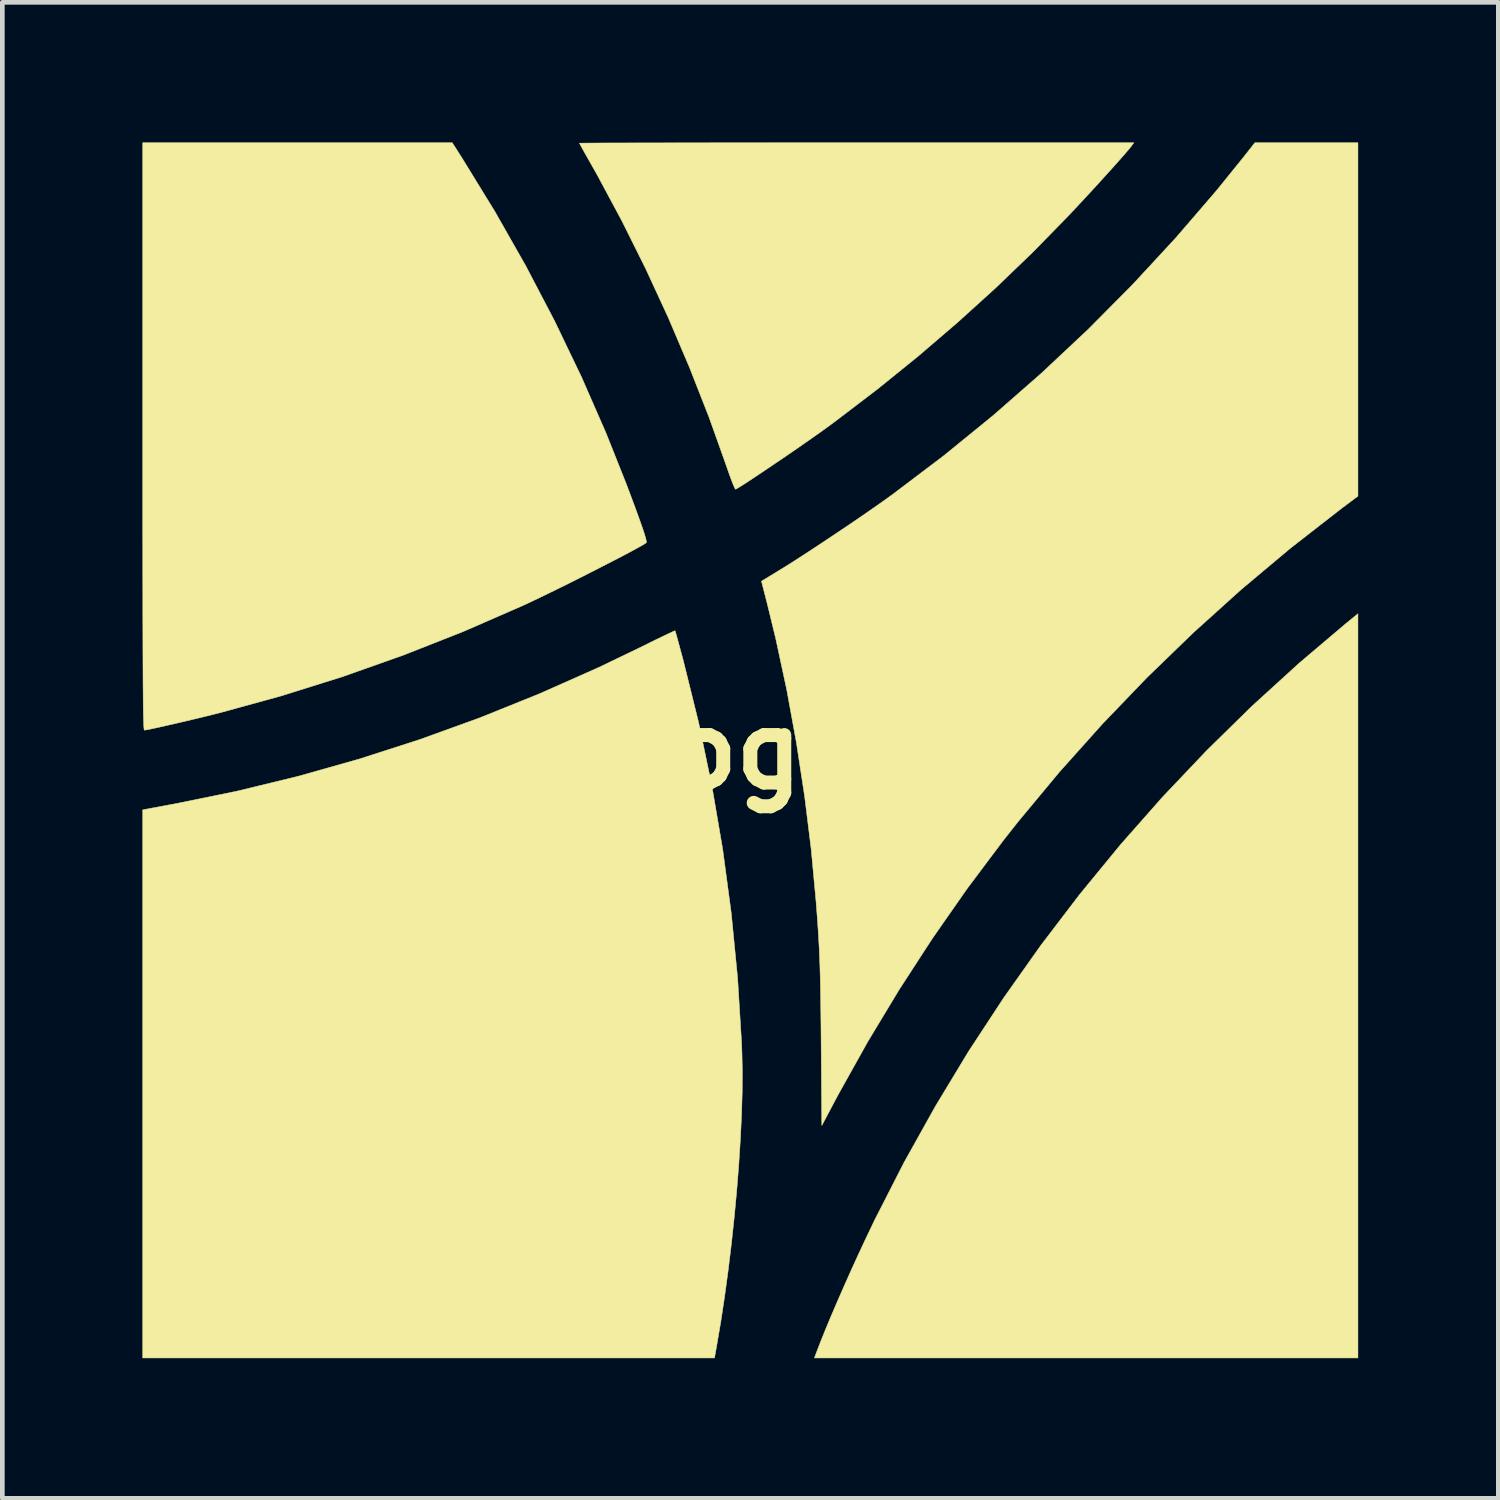
<source format=kicad_pcb>
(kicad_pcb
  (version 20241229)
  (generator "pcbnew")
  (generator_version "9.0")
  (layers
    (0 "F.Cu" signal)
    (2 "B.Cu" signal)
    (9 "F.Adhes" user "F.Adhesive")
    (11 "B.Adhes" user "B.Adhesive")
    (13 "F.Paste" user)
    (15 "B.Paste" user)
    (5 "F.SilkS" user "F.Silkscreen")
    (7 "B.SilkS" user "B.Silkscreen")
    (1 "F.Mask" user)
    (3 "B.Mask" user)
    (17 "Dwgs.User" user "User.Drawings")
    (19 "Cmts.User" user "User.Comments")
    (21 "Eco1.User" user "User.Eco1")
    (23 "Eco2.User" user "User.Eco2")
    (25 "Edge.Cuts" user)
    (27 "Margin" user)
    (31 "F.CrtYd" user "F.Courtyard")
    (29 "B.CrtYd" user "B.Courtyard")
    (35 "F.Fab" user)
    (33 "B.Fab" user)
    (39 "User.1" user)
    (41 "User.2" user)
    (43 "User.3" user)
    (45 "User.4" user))
  (footprint "logo"
    (layer "F.Cu")
    (at 13.01 13.01)
    (property "Reference" "logo" (at 0 0 0) (layer "F.SilkS") (effects (font (size 1.524 1.524) (thickness 0.3))))
    (attr through_hole)
    (fp_poly (pts (xy 13.005 13.005) (xy 1.372 13.005) (xy 1.426 12.859) (xy 1.51 12.642) (xy 1.612 12.388) (xy 1.731 12.103) (xy 1.863 11.796) (xy 2.004 11.474) (xy 2.151 11.144) (xy 2.301 10.815) (xy 2.451 10.493) (xy 2.597 10.187) (xy 2.665 10.045) (xy 3.29 8.821) (xy 3.96 7.62) (xy 4.671 6.444) (xy 5.425 5.295) (xy 6.218 4.174) (xy 7.05 3.083) (xy 7.92 2.023) (xy 8.826 0.996) (xy 9.768 0.004) (xy 10.743 -0.952) (xy 11.751 -1.87) (xy 12.746 -2.713) (xy 13.005 -2.924) (xy 13.005 13.005)) (stroke (width 0.01) (type solid)) (fill yes) (layer "F.SilkS"))
    (fp_poly (pts (xy -1.603 -2.534) (xy -1.583 -2.466) (xy -1.554 -2.362) (xy -1.518 -2.228) (xy -1.476 -2.073) (xy -1.437 -1.93) (xy -1.107 -0.595) (xy -0.825 0.754) (xy -0.592 2.115) (xy -0.408 3.487) (xy -0.273 4.867) (xy -0.188 6.252) (xy -0.18 6.458) (xy -0.171 6.867) (xy -0.174 7.318) (xy -0.188 7.805) (xy -0.213 8.323) (xy -0.247 8.863) (xy -0.291 9.421) (xy -0.344 9.988) (xy -0.405 10.559) (xy -0.474 11.127) (xy -0.55 11.686) (xy -0.632 12.228) (xy -0.721 12.748) (xy -0.727 12.783) (xy -0.767 13.005) (xy -13.005 13.005) (xy -13.005 1.274) (xy -12.935 1.26) (xy -12.89 1.252) (xy -12.804 1.235) (xy -12.684 1.213) (xy -12.539 1.186) (xy -12.377 1.156) (xy -12.306 1.143) (xy -10.99 0.874) (xy -9.678 0.555) (xy -8.372 0.186) (xy -7.074 -0.232) (xy -5.787 -0.698) (xy -4.51 -1.213) (xy -3.246 -1.774) (xy -2.328 -2.216) (xy -2.153 -2.303) (xy -1.994 -2.381) (xy -1.855 -2.448) (xy -1.742 -2.502) (xy -1.661 -2.54) (xy -1.618 -2.558) (xy -1.612 -2.56) (xy -1.603 -2.534)) (stroke (width 0.01) (type solid)) (fill yes) (layer "F.SilkS"))
    (fp_poly (pts (xy 13.005 -5.442) (xy 12.656 -5.18) (xy 11.568 -4.333) (xy 10.51 -3.446) (xy 9.484 -2.521) (xy 8.491 -1.56) (xy 7.535 -0.565) (xy 6.617 0.461) (xy 5.738 1.518) (xy 5.415 1.927) (xy 4.644 2.955) (xy 3.9 4.021) (xy 3.189 5.116) (xy 2.515 6.233) (xy 1.884 7.363) (xy 1.797 7.526) (xy 1.53 8.03) (xy 1.516 6.333) (xy 1.513 5.953) (xy 1.509 5.619) (xy 1.505 5.322) (xy 1.501 5.058) (xy 1.495 4.819) (xy 1.489 4.6) (xy 1.481 4.394) (xy 1.472 4.196) (xy 1.461 3.998) (xy 1.448 3.794) (xy 1.433 3.579) (xy 1.415 3.345) (xy 1.409 3.264) (xy 1.303 2.123) (xy 1.161 0.977) (xy 0.986 -0.165) (xy 0.78 -1.292) (xy 0.543 -2.394) (xy 0.359 -3.15) (xy 0.238 -3.62) (xy 0.633 -3.861) (xy 0.821 -3.977) (xy 1.041 -4.118) (xy 1.287 -4.278) (xy 1.55 -4.451) (xy 1.821 -4.632) (xy 2.094 -4.815) (xy 2.36 -4.996) (xy 2.61 -5.169) (xy 2.837 -5.328) (xy 3.033 -5.469) (xy 3.052 -5.483) (xy 4.138 -6.305) (xy 5.197 -7.167) (xy 6.225 -8.067) (xy 7.221 -9.001) (xy 8.181 -9.968) (xy 9.102 -10.964) (xy 9.983 -11.987) (xy 10.564 -12.706) (xy 10.799 -13.005) (xy 13.005 -13.005) (xy 13.005 -5.442)) (stroke (width 0.01) (type solid)) (fill yes) (layer "F.SilkS"))
    (fp_poly (pts (xy 8.157 -12.935) (xy 8.11 -12.876) (xy 8.032 -12.784) (xy 7.928 -12.665) (xy 7.802 -12.523) (xy 7.658 -12.363) (xy 7.5 -12.189) (xy 7.332 -12.005) (xy 7.159 -11.818) (xy 6.985 -11.631) (xy 6.814 -11.449) (xy 6.778 -11.411) (xy 6.037 -10.654) (xy 5.253 -9.9) (xy 4.434 -9.158) (xy 3.587 -8.432) (xy 2.719 -7.73) (xy 1.839 -7.059) (xy 1.63 -6.905) (xy 1.5 -6.811) (xy 1.348 -6.704) (xy 1.181 -6.587) (xy 1.003 -6.463) (xy 0.818 -6.336) (xy 0.632 -6.209) (xy 0.449 -6.086) (xy 0.275 -5.968) (xy 0.115 -5.861) (xy -0.028 -5.767) (xy -0.147 -5.689) (xy -0.239 -5.632) (xy -0.297 -5.597) (xy -0.317 -5.588) (xy -0.333 -5.611) (xy -0.361 -5.675) (xy -0.4 -5.773) (xy -0.446 -5.897) (xy -0.496 -6.04) (xy -0.504 -6.064) (xy -0.883 -7.127) (xy -1.302 -8.195) (xy -1.756 -9.261) (xy -2.241 -10.311) (xy -2.752 -11.337) (xy -3.284 -12.328) (xy -3.42 -12.568) (xy -3.494 -12.699) (xy -3.559 -12.814) (xy -3.61 -12.907) (xy -3.644 -12.969) (xy -3.658 -12.995) (xy -3.658 -12.996) (xy -3.633 -12.996) (xy -3.559 -12.997) (xy -3.439 -12.998) (xy -3.275 -12.999) (xy -3.069 -13) (xy -2.823 -13) (xy -2.54 -13.001) (xy -2.222 -13.002) (xy -1.871 -13.002) (xy -1.488 -13.003) (xy -1.078 -13.003) (xy -0.641 -13.004) (xy -0.18 -13.004) (xy 0.303 -13.004) (xy 0.806 -13.005) (xy 1.326 -13.005) (xy 1.861 -13.005) (xy 2.275 -13.005) (xy 8.208 -13.005) (xy 8.157 -12.935)) (stroke (width 0.01) (type solid)) (fill yes) (layer "F.SilkS"))
    (fp_poly (pts (xy -6.165 -12.668) (xy -5.467 -11.531) (xy -4.807 -10.37) (xy -4.19 -9.19) (xy -3.616 -7.995) (xy -3.089 -6.791) (xy -2.66 -5.714) (xy -2.543 -5.404) (xy -2.445 -5.14) (xy -2.366 -4.921) (xy -2.304 -4.745) (xy -2.26 -4.61) (xy -2.234 -4.516) (xy -2.223 -4.461) (xy -2.226 -4.445) (xy -2.265 -4.418) (xy -2.345 -4.371) (xy -2.461 -4.307) (xy -2.607 -4.228) (xy -2.78 -4.137) (xy -2.974 -4.037) (xy -3.184 -3.929) (xy -3.405 -3.816) (xy -3.632 -3.701) (xy -3.861 -3.586) (xy -4.087 -3.474) (xy -4.304 -3.368) (xy -4.508 -3.269) (xy -4.693 -3.181) (xy -4.856 -3.105) (xy -4.864 -3.101) (xy -6.136 -2.546) (xy -7.425 -2.038) (xy -8.73 -1.576) (xy -10.048 -1.163) (xy -11.354 -0.804) (xy -11.525 -0.761) (xy -11.712 -0.715) (xy -11.907 -0.668) (xy -12.105 -0.621) (xy -12.297 -0.576) (xy -12.478 -0.535) (xy -12.64 -0.498) (xy -12.778 -0.468) (xy -12.883 -0.446) (xy -12.95 -0.434) (xy -12.969 -0.432) (xy -12.973 -0.437) (xy -12.977 -0.455) (xy -12.98 -0.487) (xy -12.983 -0.534) (xy -12.986 -0.599) (xy -12.988 -0.683) (xy -12.991 -0.788) (xy -12.993 -0.916) (xy -12.995 -1.068) (xy -12.996 -1.246) (xy -12.998 -1.453) (xy -12.999 -1.689) (xy -13 -1.957) (xy -13.001 -2.258) (xy -13.002 -2.595) (xy -13.003 -2.968) (xy -13.003 -3.379) (xy -13.004 -3.831) (xy -13.004 -4.325) (xy -13.005 -4.863) (xy -13.005 -5.447) (xy -13.005 -6.078) (xy -13.005 -6.718) (xy -13.005 -13.005) (xy -6.38 -13.005) (xy -6.165 -12.668)) (stroke (width 0.01) (type solid)) (fill yes) (layer "F.SilkS")))
  (gr_rect
    (start -3 -3)
    (end 29.02 29.02)
    (stroke (width 0.1) (type default))
    (fill no)
    (layer "Edge.Cuts")))
</source>
